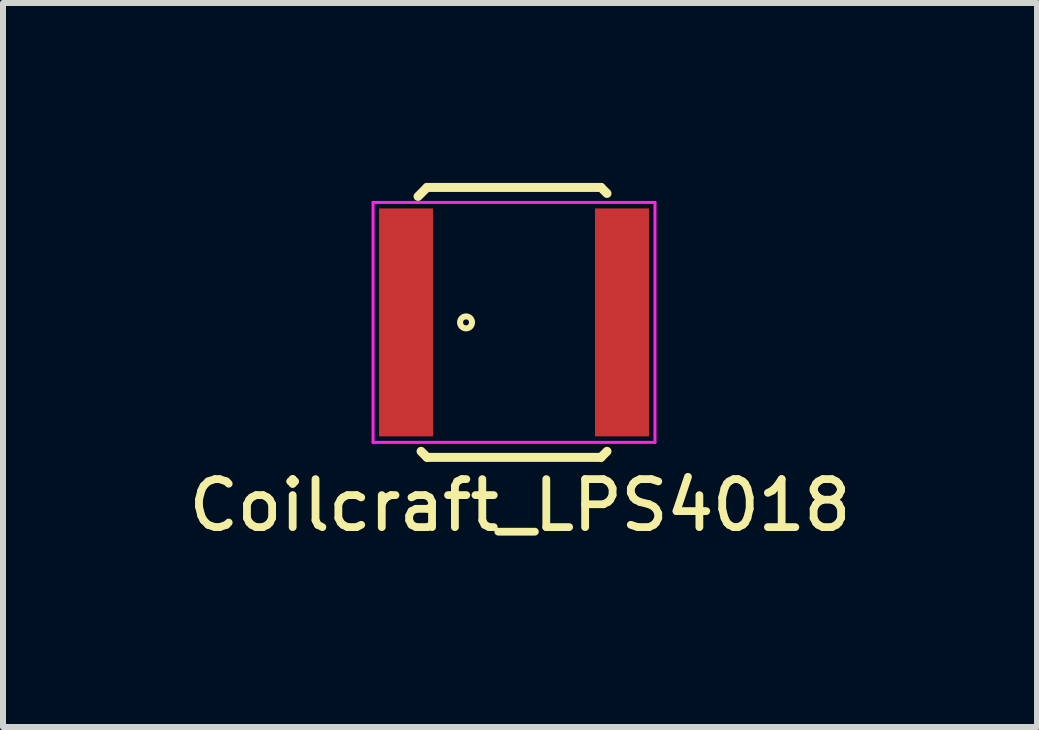
<source format=kicad_pcb>
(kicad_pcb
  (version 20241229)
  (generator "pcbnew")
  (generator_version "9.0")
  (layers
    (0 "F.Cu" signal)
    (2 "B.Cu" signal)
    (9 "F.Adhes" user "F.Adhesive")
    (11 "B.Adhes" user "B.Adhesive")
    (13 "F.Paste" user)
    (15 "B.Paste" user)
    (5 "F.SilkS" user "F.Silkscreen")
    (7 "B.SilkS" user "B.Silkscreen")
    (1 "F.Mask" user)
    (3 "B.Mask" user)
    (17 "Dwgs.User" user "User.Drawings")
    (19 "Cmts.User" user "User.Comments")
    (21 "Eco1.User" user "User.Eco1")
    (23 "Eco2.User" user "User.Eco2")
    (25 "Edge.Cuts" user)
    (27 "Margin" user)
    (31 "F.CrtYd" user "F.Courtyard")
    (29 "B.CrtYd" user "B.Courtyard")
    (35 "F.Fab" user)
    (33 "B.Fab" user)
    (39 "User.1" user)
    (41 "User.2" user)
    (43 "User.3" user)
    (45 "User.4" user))
  (footprint "Coilcraft_LPS4018"
    (layer "F.Cu")
    (at 5.52 2.325)
    (property "Reference" "Coilcraft_LPS4018" (at 0.1 3.05 180) (layer "F.SilkS") (effects (font (size 0.8 0.8) (thickness 0.13))))
    (attr smd)
    (fp_line (start -1.6 -2.1) (end -1.45 -2.25) (stroke (width 0.15) (type solid)) (layer "F.SilkS"))
    (fp_line (start -1.45 -2.25) (end 1.45 -2.25) (stroke (width 0.15) (type solid)) (layer "F.SilkS"))
    (fp_line (start -1.45 2.25) (end -1.55 2.15) (stroke (width 0.15) (type solid)) (layer "F.SilkS"))
    (fp_line (start -1.45 2.25) (end 1.45 2.25) (stroke (width 0.15) (type solid)) (layer "F.SilkS"))
    (fp_line (start 1.45 2.25) (end 1.55 2.15) (stroke (width 0.15) (type solid)) (layer "F.SilkS"))
    (fp_line (start 1.55 -2.15) (end 1.45 -2.25) (stroke (width 0.15) (type solid)) (layer "F.SilkS"))
    (fp_circle (center -0.8 0) (end -0.7 0) (stroke (width 0.1) (type solid)) (fill no) (layer "F.SilkS"))
    (fp_line (start -2.35 -2) (end 2.35 -2) (stroke (width 0.05) (type solid)) (layer "F.CrtYd"))
    (fp_line (start -2.35 2) (end -2.35 -2) (stroke (width 0.05) (type solid)) (layer "F.CrtYd"))
    (fp_line (start 2.35 -2) (end 2.35 2) (stroke (width 0.05) (type solid)) (layer "F.CrtYd"))
    (fp_line (start 2.35 2) (end -2.35 2) (stroke (width 0.05) (type solid)) (layer "F.CrtYd"))
    (fp_text user "" (at 0 0 0) (layer "F.SilkS") (effects (font (size 1 1) (thickness 0.15))))
    (fp_text user "" (at 0 0 0) (layer "F.SilkS") (effects (font (size 1 1) (thickness 0.15))))
    (pad "1" smd rect (at -1.8 0) (size 0.9 3.8) (layers "F.Cu" "F.Mask" "F.Paste"))
    (pad "2" smd rect (at 1.8 0) (size 0.9 3.8) (layers "F.Cu" "F.Mask" "F.Paste")))
  (gr_rect
    (start -3 -3)
    (end 14.24 9.071)
    (stroke (width 0.1) (type default))
    (fill no)
    (layer "Edge.Cuts")))
</source>
